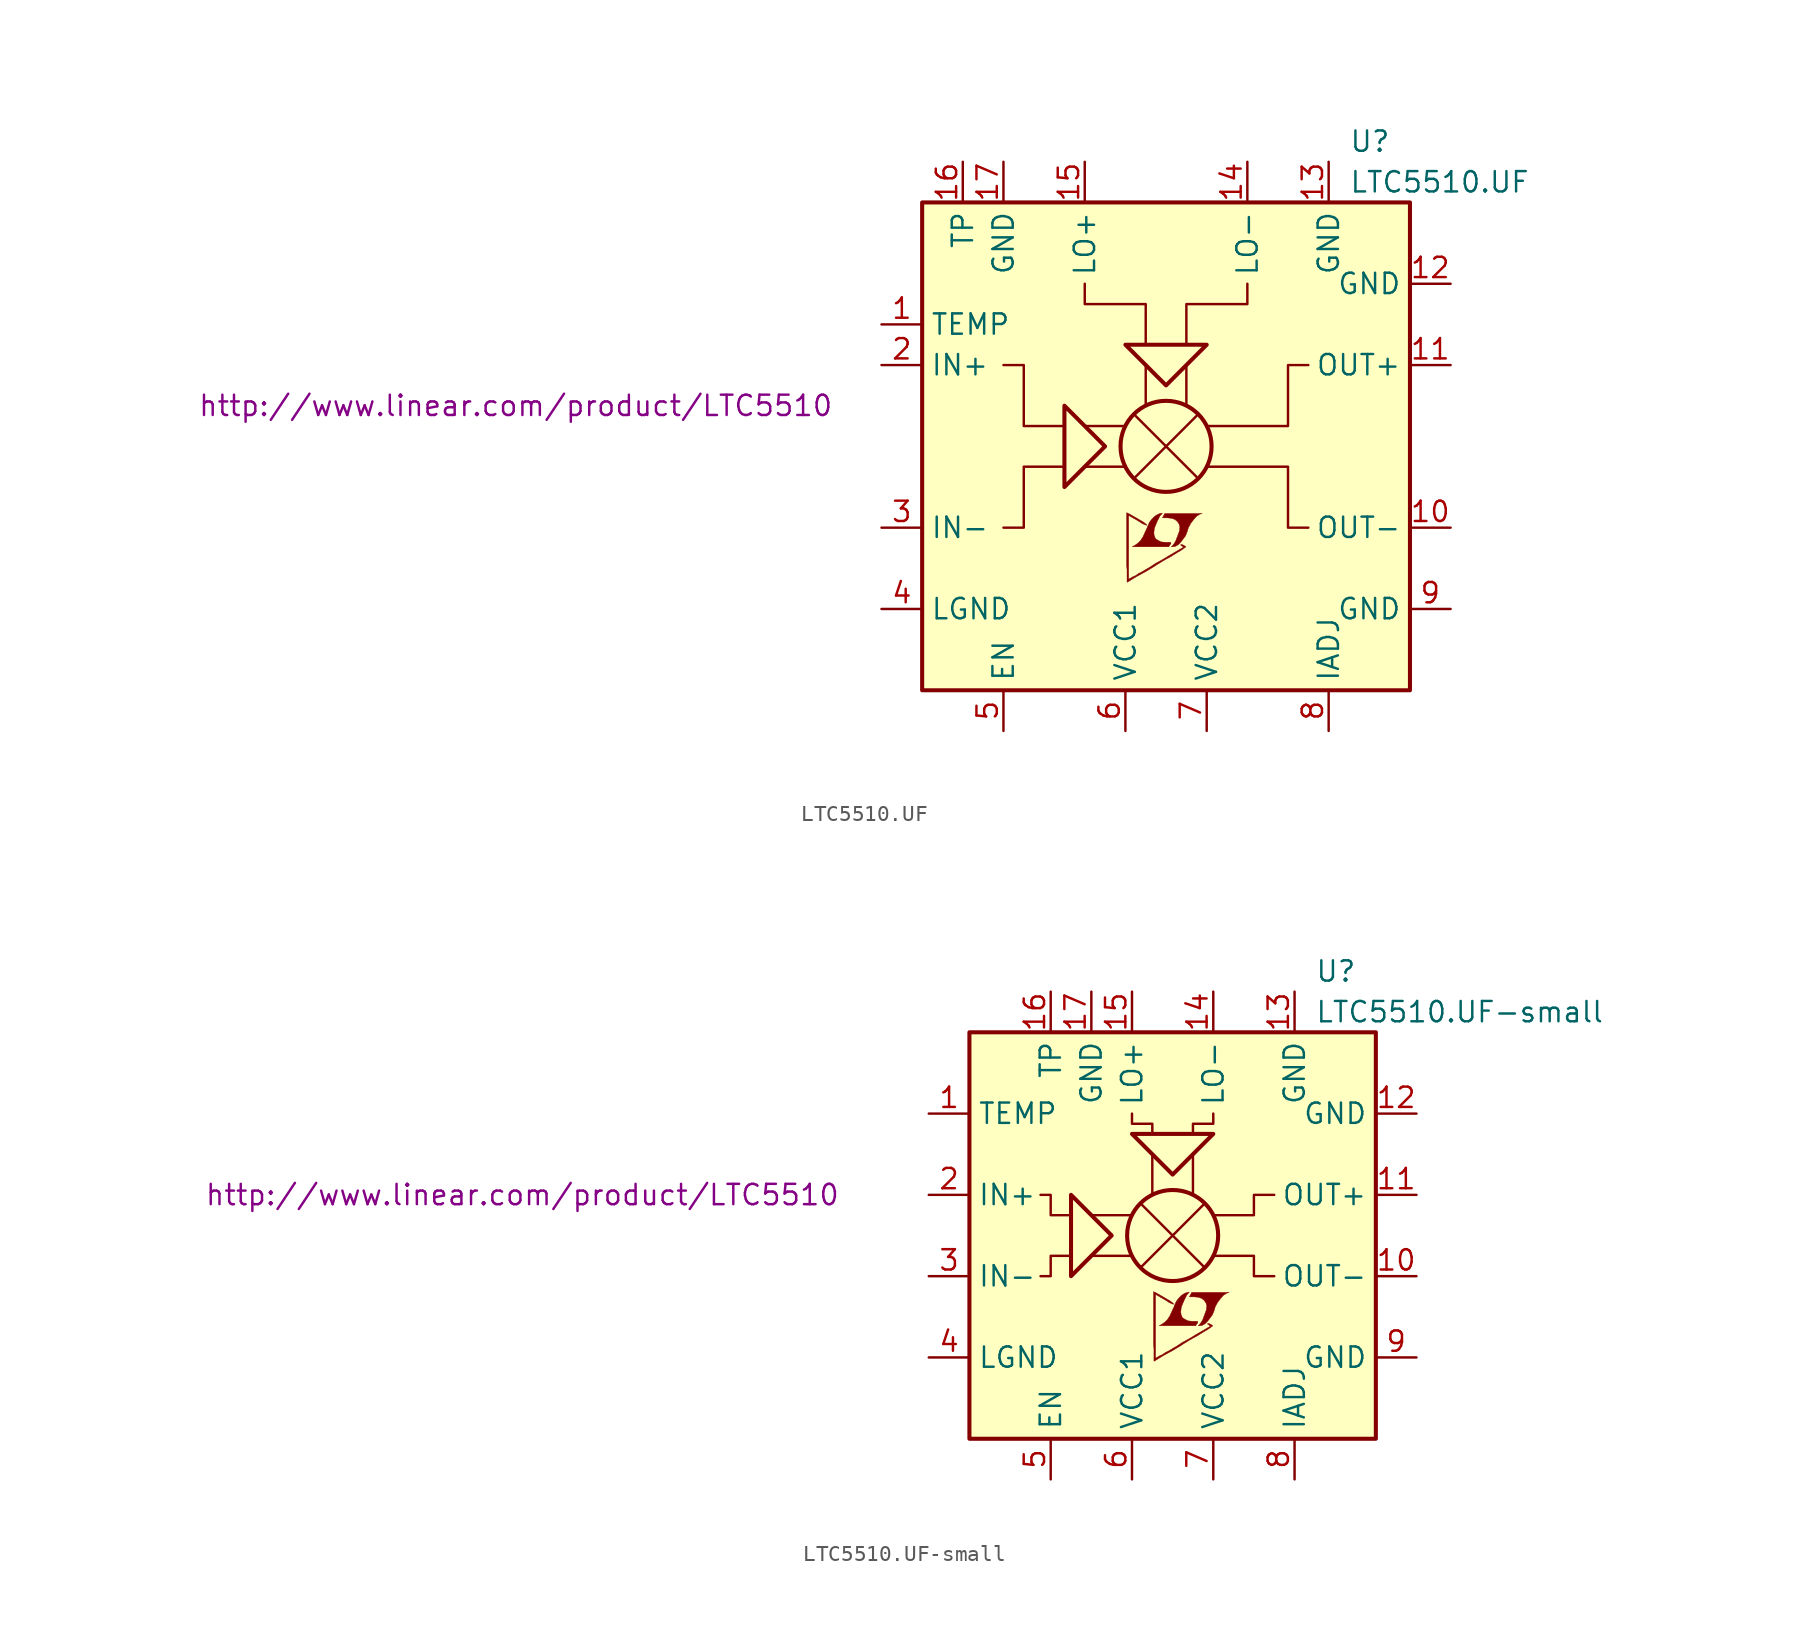
<source format=kicad_sym>
(kicad_symbol_lib
  (version 20201005)
  (generator kicad_symbol_editor)
  (symbol "LTC5510.UF"
    (property "Reference" "U"
      (at 11.43 19.05 0)
      (effects (font (size 1.27 1.27)) (justify left)))
    (property "Value" "LTC5510.UF"
      (at 11.43 16.51 0)
      (effects (font (size 1.27 1.27)) (justify left)))
    (property "Datasheet" "http://www.linear.com/product/LTC5510"
      (at -40.64 2.54 0)
      (effects (font (size 1.27 1.27))))
    (symbol "LTC5510.UF_0_0"
      (polyline (pts (xy 0.584 -6.248) (xy 0.762 -6.147) (xy 0.914 -5.994) (xy 1.219 -5.588) (xy 1.321 -5.334) (xy 1.397 -5.08) (xy 1.549 -4.801) (xy 1.727 -4.572) (xy 1.905 -4.369) (xy 2.108 -4.242) (xy 2.261 -4.191) (xy -0.076 -4.191) (xy -0.152 -4.318) (xy -0.152 -4.343) (xy -0.203 -4.42) (xy -0.229 -4.445) (xy -0.178 -4.47) (xy 0.102 -4.47) (xy 0.356 -4.496) (xy 0.559 -4.572) (xy 0.711 -4.699) (xy 0.813 -4.851) (xy 0.864 -5.029) (xy 0.838 -5.258) (xy 0.838 -5.283) (xy 0.61 -5.893) (xy 0.508 -6.071) (xy 0.406 -6.198) (xy 0.33 -6.274) (xy 0.432 -6.274) (xy 0.584 -6.248)) (stroke (width 0.025)) (fill (type outline)))
      (polyline (pts (xy 0.229 -6.172) (xy 0.254 -6.147) (xy 0.305 -6.071) (xy 0.305 -6.02) (xy 0.254 -5.994) (xy -0.051 -5.994) (xy -0.305 -5.969) (xy -0.508 -5.867) (xy -0.66 -5.766) (xy -0.737 -5.588) (xy -0.762 -5.41) (xy -0.737 -5.182) (xy -0.737 -5.156) (xy -0.686 -5.004) (xy -0.533 -4.648) (xy -0.381 -4.343) (xy -0.305 -4.267) (xy -0.229 -4.166) (xy -0.356 -4.191) (xy -0.508 -4.242) (xy -0.711 -4.369) (xy -0.889 -4.547) (xy -1.041 -4.75) (xy -1.168 -5.029) (xy -1.168 -5.055) (xy -1.321 -5.385) (xy -1.448 -5.664) (xy -1.6 -5.893) (xy -1.753 -6.045) (xy -1.93 -6.172) (xy -2.108 -6.274) (xy 0.178 -6.274) (xy 0.229 -6.172)) (stroke (width 0.025)) (fill (type outline)))
      (polyline (pts (xy -2.362 -8.458) (xy -2.286 -8.407) (xy -2.159 -8.331) (xy -2.083 -8.28) (xy -1.829 -8.128) (xy -1.27 -7.823) (xy -0.762 -7.518) (xy -0.533 -7.366) (xy -0.356 -7.264) (xy -0.203 -7.163) (xy -0.102 -7.112) (xy -0.025 -7.061) (xy 0.127 -6.985) (xy 0.305 -6.883) (xy 0.711 -6.629) (xy 0.889 -6.528) (xy 1.041 -6.426) (xy 1.143 -6.35) (xy 1.219 -6.299) (xy 1.245 -6.274) (xy 1.092 -6.172) (xy 0.94 -6.121) (xy 0.914 -6.147) (xy 0.914 -6.172) (xy 0.991 -6.223) (xy 1.092 -6.299) (xy 0.178 -6.833) (xy -0.025 -6.96) (xy -0.33 -7.137) (xy -0.66 -7.315) (xy -0.965 -7.518) (xy -1.27 -7.696) (xy -1.524 -7.849) (xy -1.727 -7.95) (xy -1.905 -8.077) (xy -2.083 -8.153) (xy -2.21 -8.23) (xy -2.311 -8.28) (xy -2.337 -8.306) (xy -2.337 -4.318) (xy -1.803 -4.623) (xy -1.676 -4.699) (xy -1.524 -4.801) (xy -1.372 -4.877) (xy -1.295 -4.902) (xy -1.245 -4.928) (xy -1.219 -4.928) (xy -1.219 -4.877) (xy -1.295 -4.826) (xy -1.422 -4.724) (xy -1.6 -4.623) (xy -1.727 -4.547) (xy -2.083 -4.343) (xy -2.21 -4.267) (xy -2.464 -4.14) (xy -2.464 -7.417) (xy -2.438 -7.722) (xy -2.438 -8.484) (xy -2.413 -8.484) (xy -2.362 -8.458)) (stroke (width 0.025)) (fill (type outline))))
    (symbol "LTC5510.UF_0_1"
      (circle (center 0 0) (radius 2.845) (stroke (width 0.254)) (fill (type none)))
      (rectangle (start -15.24 15.24) (end 15.24 -15.24) (stroke (width 0.254)) (fill (type background)))
      (polyline (pts (xy -5.08 -1.27) (xy -2.54 -1.27)) (stroke (width 0)) (fill (type none)))
      (polyline (pts (xy -5.08 1.27) (xy -2.54 1.27)) (stroke (width 0)) (fill (type none)))
      (polyline (pts (xy -1.905 1.905) (xy 1.905 -1.905)) (stroke (width 0)) (fill (type none)))
      (polyline (pts (xy -1.27 2.54) (xy -1.27 5.08)) (stroke (width 0)) (fill (type none)))
      (polyline (pts (xy 1.27 2.54) (xy 1.27 5.08)) (stroke (width 0)) (fill (type none)))
      (polyline (pts (xy 1.905 1.905) (xy -1.905 -1.905)) (stroke (width 0)) (fill (type none)))
      (polyline (pts (xy -6.35 -1.27) (xy -8.89 -1.27) (xy -8.89 -5.08) (xy -10.16 -5.08)) (stroke (width 0)) (fill (type none)))
      (polyline (pts (xy -6.35 1.27) (xy -8.89 1.27) (xy -8.89 5.08) (xy -10.16 5.08)) (stroke (width 0)) (fill (type none)))
      (polyline (pts (xy -3.81 0) (xy -6.35 2.54) (xy -6.35 -2.54) (xy -3.81 0)) (stroke (width 0.254)) (fill (type none)))
      (polyline (pts (xy -1.27 6.35) (xy -1.27 8.89) (xy -5.08 8.89) (xy -5.08 10.16)) (stroke (width 0)) (fill (type none)))
      (polyline (pts (xy 0 3.81) (xy -2.54 6.35) (xy 2.54 6.35) (xy 0 3.81)) (stroke (width 0.254)) (fill (type none)))
      (polyline (pts (xy 1.27 6.35) (xy 1.27 8.89) (xy 5.08 8.89) (xy 5.08 10.16)) (stroke (width 0)) (fill (type none)))
      (polyline (pts (xy 2.54 -1.27) (xy 7.62 -1.27) (xy 7.62 -5.08) (xy 8.89 -5.08)) (stroke (width 0)) (fill (type none)))
      (polyline (pts (xy 8.89 5.08) (xy 7.62 5.08) (xy 7.62 1.27) (xy 2.54 1.27)) (stroke (width 0)) (fill (type none))))
    (symbol "LTC5510.UF_1_1"
      (pin passive line (at -17.78 7.62 0) (length 2.54) (name "TEMP" (effects (font (size 1.27 1.27)))) (number "1" (effects (font (size 1.27 1.27)))))
      (pin output line (at 17.78 -5.08 180) (length 2.54) (name "OUT-" (effects (font (size 1.27 1.27)))) (number "10" (effects (font (size 1.27 1.27)))))
      (pin output line (at 17.78 5.08 180) (length 2.54) (name "OUT+" (effects (font (size 1.27 1.27)))) (number "11" (effects (font (size 1.27 1.27)))))
      (pin power_in line (at 17.78 10.16 180) (length 2.54) (name "GND" (effects (font (size 1.27 1.27)))) (number "12" (effects (font (size 1.27 1.27)))))
      (pin power_in line (at 10.16 17.78 270) (length 2.54) (name "GND" (effects (font (size 1.27 1.27)))) (number "13" (effects (font (size 1.27 1.27)))))
      (pin input line (at 5.08 17.78 270) (length 2.54) (name "LO-" (effects (font (size 1.27 1.27)))) (number "14" (effects (font (size 1.27 1.27)))))
      (pin input line (at -5.08 17.78 270) (length 2.54) (name "LO+" (effects (font (size 1.27 1.27)))) (number "15" (effects (font (size 1.27 1.27)))))
      (pin passive line (at -12.7 17.78 270) (length 2.54) (name "TP" (effects (font (size 1.27 1.27)))) (number "16" (effects (font (size 1.27 1.27)))))
      (pin power_in line (at -10.16 17.78 270) (length 2.54) (name "GND" (effects (font (size 1.27 1.27)))) (number "17" (effects (font (size 1.27 1.27)))))
      (pin input line (at -17.78 5.08 0) (length 2.54) (name "IN+" (effects (font (size 1.27 1.27)))) (number "2" (effects (font (size 1.27 1.27)))))
      (pin input line (at -17.78 -5.08 0) (length 2.54) (name "IN-" (effects (font (size 1.27 1.27)))) (number "3" (effects (font (size 1.27 1.27)))))
      (pin power_in line (at -17.78 -10.16 0) (length 2.54) (name "LGND" (effects (font (size 1.27 1.27)))) (number "4" (effects (font (size 1.27 1.27)))))
      (pin input line (at -10.16 -17.78 90) (length 2.54) (name "EN" (effects (font (size 1.27 1.27)))) (number "5" (effects (font (size 1.27 1.27)))))
      (pin power_in line (at -2.54 -17.78 90) (length 2.54) (name "VCC1" (effects (font (size 1.27 1.27)))) (number "6" (effects (font (size 1.27 1.27)))))
      (pin power_in line (at 2.54 -17.78 90) (length 2.54) (name "VCC2" (effects (font (size 1.27 1.27)))) (number "7" (effects (font (size 1.27 1.27)))))
      (pin passive line (at 10.16 -17.78 90) (length 2.54) (name "IADJ" (effects (font (size 1.27 1.27)))) (number "8" (effects (font (size 1.27 1.27)))))
      (pin power_in line (at 17.78 -10.16 180) (length 2.54) (name "GND" (effects (font (size 1.27 1.27)))) (number "9" (effects (font (size 1.27 1.27)))))))
  (symbol "LTC5510.UF-small"
    (property "Reference" "U"
      (at 8.89 16.51 0)
      (effects (font (size 1.27 1.27)) (justify left)))
    (property "Value" "LTC5510.UF-small"
      (at 8.89 13.97 0)
      (effects (font (size 1.27 1.27)) (justify left)))
    (property "Datasheet" "http://www.linear.com/product/LTC5510"
      (at -40.64 2.54 0)
      (effects (font (size 1.27 1.27))))
    (symbol "LTC5510.UF-small_0_0"
      (polyline (pts (xy 1.854 -5.613) (xy 2.032 -5.512) (xy 2.184 -5.359) (xy 2.489 -4.953) (xy 2.591 -4.699) (xy 2.667 -4.445) (xy 2.819 -4.166) (xy 2.997 -3.937) (xy 3.175 -3.734) (xy 3.378 -3.607) (xy 3.531 -3.556) (xy 1.194 -3.556) (xy 1.118 -3.683) (xy 1.118 -3.708) (xy 1.067 -3.785) (xy 1.041 -3.81) (xy 1.092 -3.835) (xy 1.372 -3.835) (xy 1.626 -3.861) (xy 1.829 -3.937) (xy 1.981 -4.064) (xy 2.083 -4.216) (xy 2.134 -4.394) (xy 2.108 -4.623) (xy 2.108 -4.648) (xy 1.88 -5.258) (xy 1.778 -5.436) (xy 1.676 -5.563) (xy 1.6 -5.639) (xy 1.702 -5.639) (xy 1.854 -5.613)) (stroke (width 0.025)) (fill (type outline)))
      (polyline (pts (xy 1.499 -5.537) (xy 1.524 -5.512) (xy 1.575 -5.436) (xy 1.575 -5.385) (xy 1.524 -5.359) (xy 1.219 -5.359) (xy 0.965 -5.334) (xy 0.762 -5.232) (xy 0.61 -5.131) (xy 0.533 -4.953) (xy 0.508 -4.775) (xy 0.533 -4.547) (xy 0.533 -4.521) (xy 0.584 -4.369) (xy 0.737 -4.013) (xy 0.889 -3.708) (xy 0.965 -3.632) (xy 1.041 -3.531) (xy 0.914 -3.556) (xy 0.762 -3.607) (xy 0.559 -3.734) (xy 0.381 -3.912) (xy 0.229 -4.115) (xy 0.102 -4.394) (xy 0.102 -4.42) (xy -0.051 -4.75) (xy -0.178 -5.029) (xy -0.33 -5.258) (xy -0.483 -5.41) (xy -0.66 -5.537) (xy -0.838 -5.639) (xy 1.448 -5.639) (xy 1.499 -5.537)) (stroke (width 0.025)) (fill (type outline)))
      (polyline (pts (xy -1.092 -7.823) (xy -1.016 -7.772) (xy -0.889 -7.696) (xy -0.813 -7.645) (xy -0.559 -7.493) (xy 0 -7.188) (xy 0.508 -6.883) (xy 0.737 -6.731) (xy 0.914 -6.629) (xy 1.067 -6.528) (xy 1.168 -6.477) (xy 1.245 -6.426) (xy 1.397 -6.35) (xy 1.575 -6.248) (xy 1.981 -5.994) (xy 2.159 -5.893) (xy 2.311 -5.791) (xy 2.413 -5.715) (xy 2.489 -5.664) (xy 2.515 -5.639) (xy 2.362 -5.537) (xy 2.21 -5.486) (xy 2.184 -5.512) (xy 2.184 -5.537) (xy 2.261 -5.588) (xy 2.362 -5.664) (xy 1.448 -6.198) (xy 1.245 -6.325) (xy 0.94 -6.502) (xy 0.61 -6.68) (xy 0.305 -6.883) (xy 0 -7.061) (xy -0.254 -7.214) (xy -0.457 -7.315) (xy -0.635 -7.442) (xy -0.813 -7.518) (xy -0.94 -7.595) (xy -1.041 -7.645) (xy -1.067 -7.671) (xy -1.067 -3.683) (xy -0.533 -3.988) (xy -0.406 -4.064) (xy -0.254 -4.166) (xy -0.102 -4.242) (xy -0.025 -4.267) (xy 0.025 -4.293) (xy 0.051 -4.293) (xy 0.051 -4.242) (xy -0.025 -4.191) (xy -0.152 -4.089) (xy -0.33 -3.988) (xy -0.457 -3.912) (xy -0.813 -3.708) (xy -0.94 -3.632) (xy -1.194 -3.505) (xy -1.194 -6.782) (xy -1.168 -7.087) (xy -1.168 -7.849) (xy -1.143 -7.849) (xy -1.092 -7.823)) (stroke (width 0.025)) (fill (type outline))))
    (symbol "LTC5510.UF-small_0_1"
      (circle (center 0 0) (radius 2.845) (stroke (width 0.254)) (fill (type none)))
      (rectangle (start -12.7 12.7) (end 12.7 -12.7) (stroke (width 0.254)) (fill (type background)))
      (polyline (pts (xy -5.08 -1.27) (xy -2.54 -1.27)) (stroke (width 0)) (fill (type none)))
      (polyline (pts (xy -5.08 1.27) (xy -2.54 1.27)) (stroke (width 0)) (fill (type none)))
      (polyline (pts (xy -1.905 1.905) (xy 1.905 -1.905)) (stroke (width 0)) (fill (type none)))
      (polyline (pts (xy -1.27 2.54) (xy -1.27 5.08)) (stroke (width 0)) (fill (type none)))
      (polyline (pts (xy 1.27 2.54) (xy 1.27 5.08)) (stroke (width 0)) (fill (type none)))
      (polyline (pts (xy 1.905 1.905) (xy -1.905 -1.905)) (stroke (width 0)) (fill (type none)))
      (polyline (pts (xy -6.35 -1.27) (xy -7.62 -1.27) (xy -7.62 -2.54) (xy -8.255 -2.54)) (stroke (width 0)) (fill (type none)))
      (polyline (pts (xy -6.35 1.27) (xy -7.62 1.27) (xy -7.62 2.54) (xy -8.255 2.54)) (stroke (width 0)) (fill (type none)))
      (polyline (pts (xy -3.81 0) (xy -6.35 2.54) (xy -6.35 -2.54) (xy -3.81 0)) (stroke (width 0.254)) (fill (type none)))
      (polyline (pts (xy -1.27 6.35) (xy -1.27 6.985) (xy -2.54 6.985) (xy -2.54 7.62)) (stroke (width 0)) (fill (type none)))
      (polyline (pts (xy 0 3.81) (xy -2.54 6.35) (xy 2.54 6.35) (xy 0 3.81)) (stroke (width 0.254)) (fill (type none)))
      (polyline (pts (xy 1.27 6.35) (xy 1.27 6.985) (xy 2.54 6.985) (xy 2.54 7.62)) (stroke (width 0)) (fill (type none)))
      (polyline (pts (xy 2.54 -1.27) (xy 5.08 -1.27) (xy 5.08 -2.54) (xy 6.35 -2.54)) (stroke (width 0)) (fill (type none)))
      (polyline (pts (xy 2.54 1.27) (xy 5.08 1.27) (xy 5.08 2.54) (xy 6.35 2.54)) (stroke (width 0)) (fill (type none))))
    (symbol "LTC5510.UF-small_1_1"
      (pin passive line (at -15.24 7.62 0) (length 2.54) (name "TEMP" (effects (font (size 1.27 1.27)))) (number "1" (effects (font (size 1.27 1.27)))))
      (pin output line (at 15.24 -2.54 180) (length 2.54) (name "OUT-" (effects (font (size 1.27 1.27)))) (number "10" (effects (font (size 1.27 1.27)))))
      (pin output line (at 15.24 2.54 180) (length 2.54) (name "OUT+" (effects (font (size 1.27 1.27)))) (number "11" (effects (font (size 1.27 1.27)))))
      (pin power_in line (at 15.24 7.62 180) (length 2.54) (name "GND" (effects (font (size 1.27 1.27)))) (number "12" (effects (font (size 1.27 1.27)))))
      (pin power_in line (at 7.62 15.24 270) (length 2.54) (name "GND" (effects (font (size 1.27 1.27)))) (number "13" (effects (font (size 1.27 1.27)))))
      (pin input line (at 2.54 15.24 270) (length 2.54) (name "LO-" (effects (font (size 1.27 1.27)))) (number "14" (effects (font (size 1.27 1.27)))))
      (pin input line (at -2.54 15.24 270) (length 2.54) (name "LO+" (effects (font (size 1.27 1.27)))) (number "15" (effects (font (size 1.27 1.27)))))
      (pin passive line (at -7.62 15.24 270) (length 2.54) (name "TP" (effects (font (size 1.27 1.27)))) (number "16" (effects (font (size 1.27 1.27)))))
      (pin power_in line (at -5.08 15.24 270) (length 2.54) (name "GND" (effects (font (size 1.27 1.27)))) (number "17" (effects (font (size 1.27 1.27)))))
      (pin input line (at -15.24 2.54 0) (length 2.54) (name "IN+" (effects (font (size 1.27 1.27)))) (number "2" (effects (font (size 1.27 1.27)))))
      (pin input line (at -15.24 -2.54 0) (length 2.54) (name "IN-" (effects (font (size 1.27 1.27)))) (number "3" (effects (font (size 1.27 1.27)))))
      (pin power_in line (at -15.24 -7.62 0) (length 2.54) (name "LGND" (effects (font (size 1.27 1.27)))) (number "4" (effects (font (size 1.27 1.27)))))
      (pin input line (at -7.62 -15.24 90) (length 2.54) (name "EN" (effects (font (size 1.27 1.27)))) (number "5" (effects (font (size 1.27 1.27)))))
      (pin power_in line (at -2.54 -15.24 90) (length 2.54) (name "VCC1" (effects (font (size 1.27 1.27)))) (number "6" (effects (font (size 1.27 1.27)))))
      (pin power_in line (at 2.54 -15.24 90) (length 2.54) (name "VCC2" (effects (font (size 1.27 1.27)))) (number "7" (effects (font (size 1.27 1.27)))))
      (pin passive line (at 7.62 -15.24 90) (length 2.54) (name "IADJ" (effects (font (size 1.27 1.27)))) (number "8" (effects (font (size 1.27 1.27)))))
      (pin power_in line (at 15.24 -7.62 180) (length 2.54) (name "GND" (effects (font (size 1.27 1.27)))) (number "9" (effects (font (size 1.27 1.27))))))))
</source>
